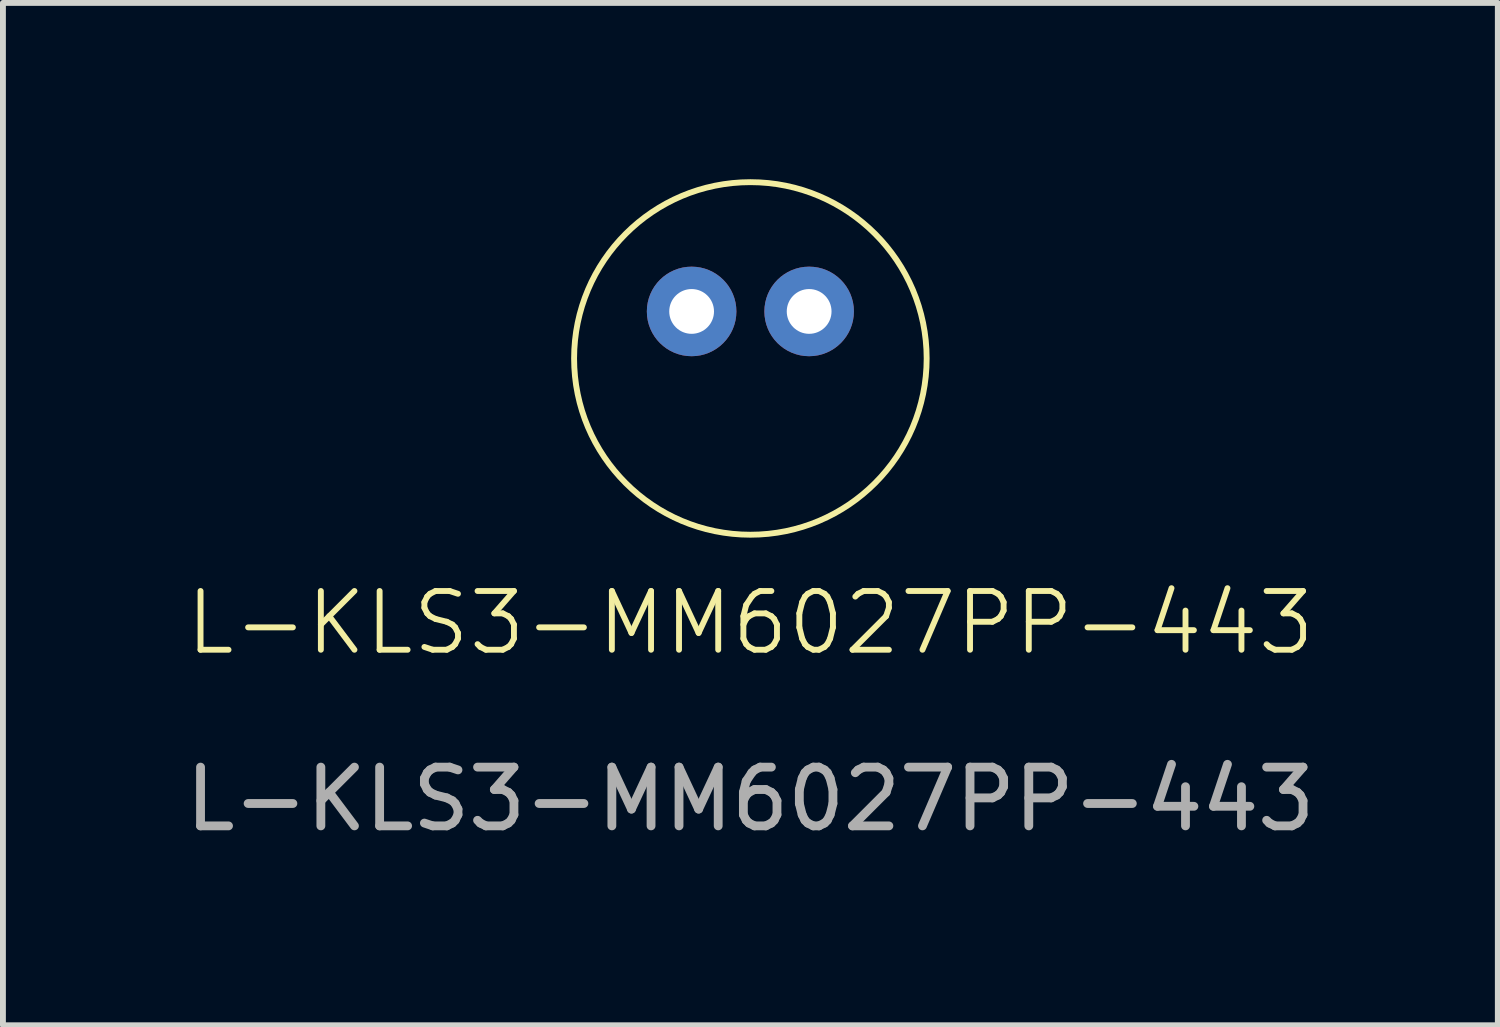
<source format=kicad_pcb>
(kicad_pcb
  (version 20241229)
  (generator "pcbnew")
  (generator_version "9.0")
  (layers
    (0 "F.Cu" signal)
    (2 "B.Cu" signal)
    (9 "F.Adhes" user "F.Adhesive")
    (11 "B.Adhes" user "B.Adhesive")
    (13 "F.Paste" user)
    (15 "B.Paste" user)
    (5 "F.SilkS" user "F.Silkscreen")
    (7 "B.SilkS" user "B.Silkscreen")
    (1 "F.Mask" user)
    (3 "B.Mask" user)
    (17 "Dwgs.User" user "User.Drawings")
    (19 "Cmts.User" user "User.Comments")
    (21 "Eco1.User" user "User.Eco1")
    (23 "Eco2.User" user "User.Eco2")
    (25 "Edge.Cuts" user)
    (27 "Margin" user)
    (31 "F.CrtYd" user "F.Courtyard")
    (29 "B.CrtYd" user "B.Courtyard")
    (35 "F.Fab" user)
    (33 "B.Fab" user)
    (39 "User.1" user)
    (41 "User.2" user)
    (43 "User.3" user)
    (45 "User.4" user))
  (footprint "L-KLS3-MM6027PP-443"
    (layer "F.Cu")
    (at 9.72 8.05)
    (property "Reference" "L-KLS3-MM6027PP-443" (at 0 -0.5 0) (unlocked yes) (layer "F.SilkS") (effects (font (size 1 1) (thickness 0.1))))
    (attr through_hole)
    (fp_circle (center 0 -5) (end 3 -5) (stroke (width 0.1) (type default)) (fill no) (layer "F.SilkS"))
    (fp_text user "${REFERENCE}" (at 0 2.5 0) (unlocked yes) (layer "F.Fab") (effects (font (size 1 1) (thickness 0.15))))
    (pad "1" thru_hole circle (at 1 -5.8) (size 1.524 1.524) (drill 0.762) (layers "*.Cu" "*.Mask"))
    (pad "2" thru_hole circle (at -1 -5.8) (size 1.524 1.524) (drill 0.762) (layers "*.Cu" "*.Mask")))
  (gr_rect
    (start -3 -3)
    (end 22.44 14.398)
    (stroke (width 0.1) (type default))
    (fill no)
    (layer "Edge.Cuts")))
</source>
